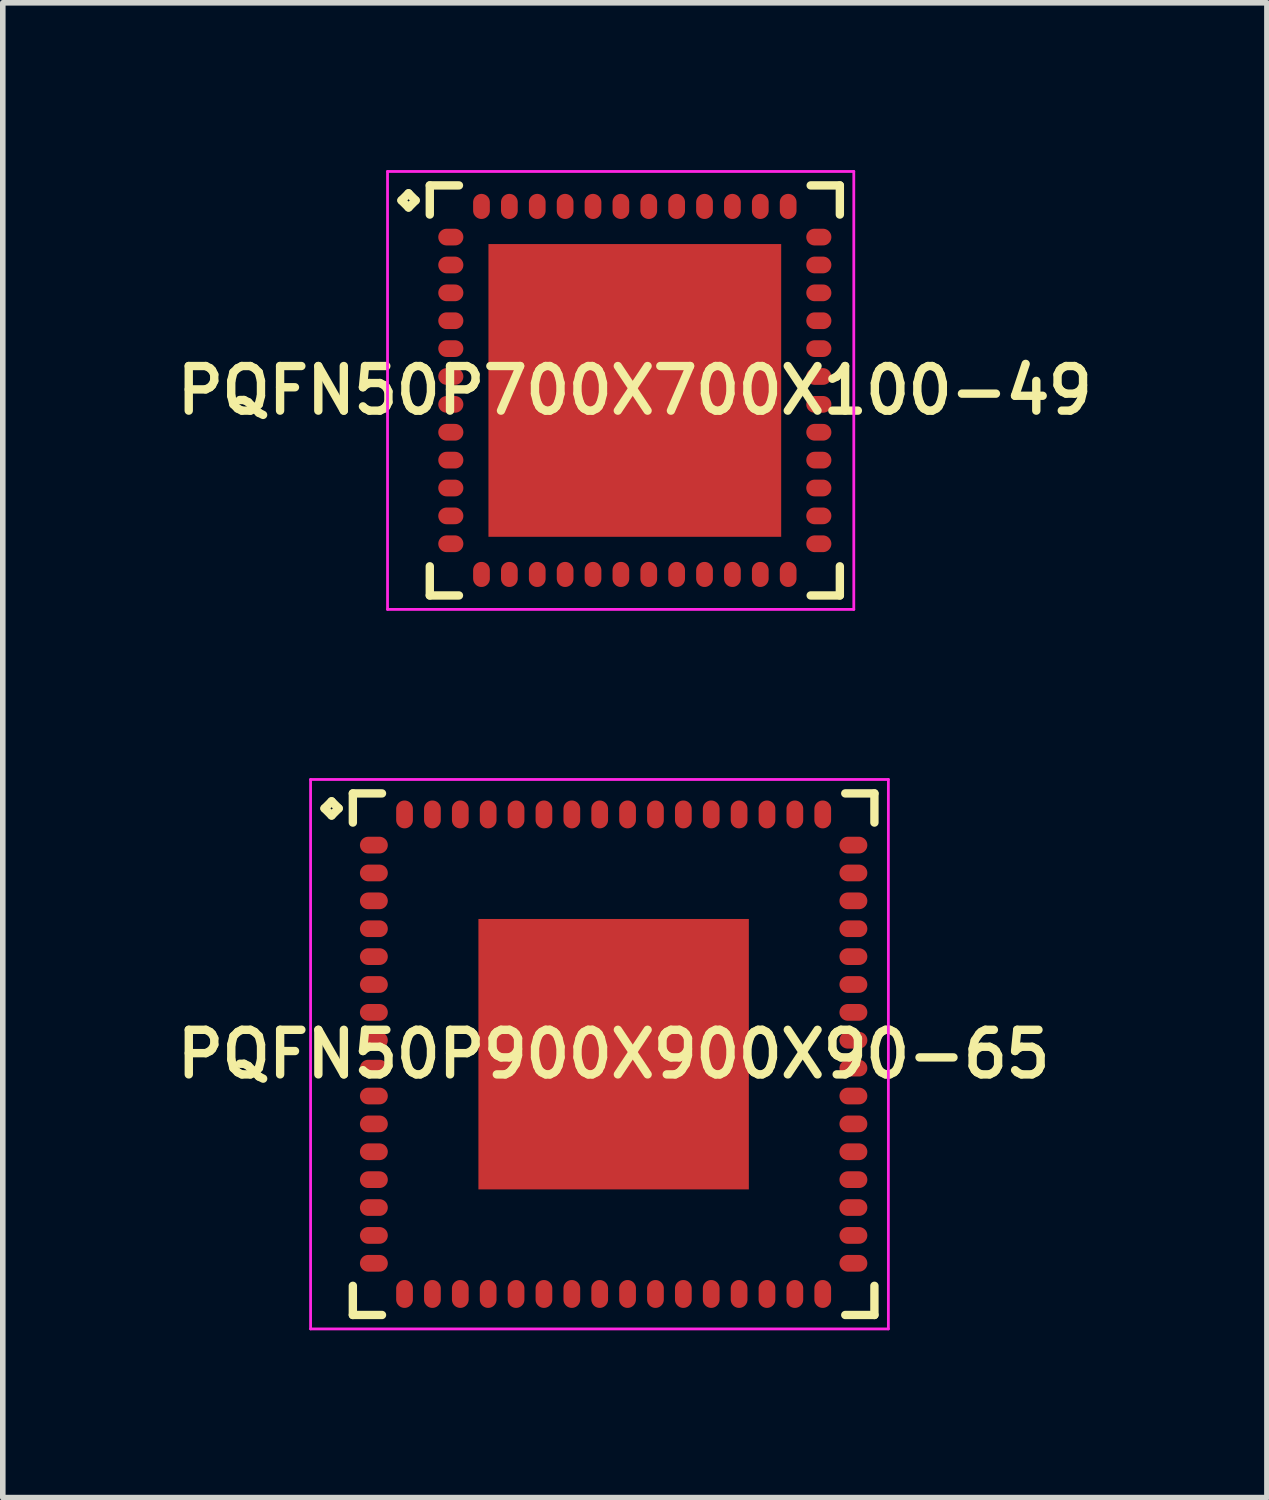
<source format=kicad_pcb>
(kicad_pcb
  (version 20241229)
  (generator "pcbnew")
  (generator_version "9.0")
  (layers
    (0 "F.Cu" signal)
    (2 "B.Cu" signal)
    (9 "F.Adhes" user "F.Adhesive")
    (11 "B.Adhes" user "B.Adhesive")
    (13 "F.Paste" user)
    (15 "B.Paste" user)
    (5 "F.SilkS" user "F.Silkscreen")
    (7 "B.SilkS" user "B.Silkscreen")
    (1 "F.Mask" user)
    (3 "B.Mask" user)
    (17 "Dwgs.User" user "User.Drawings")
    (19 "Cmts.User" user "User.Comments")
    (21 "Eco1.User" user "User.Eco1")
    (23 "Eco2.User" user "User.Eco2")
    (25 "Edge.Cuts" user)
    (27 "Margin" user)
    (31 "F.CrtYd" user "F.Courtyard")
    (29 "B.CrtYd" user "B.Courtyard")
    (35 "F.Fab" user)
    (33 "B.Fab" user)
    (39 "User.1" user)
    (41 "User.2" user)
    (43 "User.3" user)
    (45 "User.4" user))
  (footprint "PQFN50P900X900X90-65"
    (layer "F.Cu")
    (at 7.955 15.856)
    (property "Reference" "PQFN50P900X900X90-65" (at 0 0 0) (layer "F.SilkS") (effects (font (size 0.8 0.8) (thickness 0.15))))
    (attr smd)
    (fp_line (start -5.185 -4.408) (end -5.058 -4.535) (stroke (width 0.15) (type solid)) (layer "F.SilkS"))
    (fp_line (start -5.058 -4.535) (end -4.931 -4.408) (stroke (width 0.15) (type solid)) (layer "F.SilkS"))
    (fp_line (start -5.058 -4.281) (end -5.185 -4.408) (stroke (width 0.15) (type solid)) (layer "F.SilkS"))
    (fp_line (start -4.931 -4.408) (end -5.058 -4.281) (stroke (width 0.15) (type solid)) (layer "F.SilkS"))
    (fp_line (start -4.677 -4.677) (end -4.154 -4.677) (stroke (width 0.15) (type solid)) (layer "F.SilkS"))
    (fp_line (start -4.677 -4.154) (end -4.677 -4.677) (stroke (width 0.15) (type solid)) (layer "F.SilkS"))
    (fp_line (start -4.677 4.154) (end -4.677 4.677) (stroke (width 0.15) (type solid)) (layer "F.SilkS"))
    (fp_line (start -4.677 4.677) (end -4.154 4.677) (stroke (width 0.15) (type solid)) (layer "F.SilkS"))
    (fp_line (start 4.154 -4.677) (end 4.677 -4.677) (stroke (width 0.15) (type solid)) (layer "F.SilkS"))
    (fp_line (start 4.154 4.677) (end 4.677 4.677) (stroke (width 0.15) (type solid)) (layer "F.SilkS"))
    (fp_line (start 4.677 -4.677) (end 4.677 -4.154) (stroke (width 0.15) (type solid)) (layer "F.SilkS"))
    (fp_line (start 4.677 4.677) (end 4.677 4.154) (stroke (width 0.15) (type solid)) (layer "F.SilkS"))
    (fp_line (start -5.435 -4.927) (end 4.927 -4.927) (stroke (width 0.05) (type solid)) (layer "F.CrtYd"))
    (fp_line (start -5.435 4.927) (end -5.435 -4.927) (stroke (width 0.05) (type solid)) (layer "F.CrtYd"))
    (fp_line (start 4.927 -4.927) (end 4.927 4.927) (stroke (width 0.05) (type solid)) (layer "F.CrtYd"))
    (fp_line (start 4.927 4.927) (end -5.435 4.927) (stroke (width 0.05) (type solid)) (layer "F.CrtYd"))
    (pad "1" smd oval (at -4.3 -3.75) (size 0.5 0.3) (layers "F.Cu" "F.Mask" "F.Paste"))
    (pad "2" smd oval (at -4.3 -3.25) (size 0.5 0.3) (layers "F.Cu" "F.Mask" "F.Paste"))
    (pad "3" smd oval (at -4.3 -2.75) (size 0.5 0.3) (layers "F.Cu" "F.Mask" "F.Paste"))
    (pad "4" smd oval (at -4.3 -2.25) (size 0.5 0.3) (layers "F.Cu" "F.Mask" "F.Paste"))
    (pad "5" smd oval (at -4.3 -1.75) (size 0.5 0.3) (layers "F.Cu" "F.Mask" "F.Paste"))
    (pad "6" smd oval (at -4.3 -1.25) (size 0.5 0.3) (layers "F.Cu" "F.Mask" "F.Paste"))
    (pad "7" smd oval (at -4.3 -0.75) (size 0.5 0.3) (layers "F.Cu" "F.Mask" "F.Paste"))
    (pad "8" smd oval (at -4.3 -0.25) (size 0.5 0.3) (layers "F.Cu" "F.Mask" "F.Paste"))
    (pad "9" smd oval (at -4.3 0.25) (size 0.5 0.3) (layers "F.Cu" "F.Mask" "F.Paste"))
    (pad "10" smd oval (at -4.3 0.75) (size 0.5 0.3) (layers "F.Cu" "F.Mask" "F.Paste"))
    (pad "11" smd oval (at -4.3 1.25) (size 0.5 0.3) (layers "F.Cu" "F.Mask" "F.Paste"))
    (pad "12" smd oval (at -4.3 1.75) (size 0.5 0.3) (layers "F.Cu" "F.Mask" "F.Paste"))
    (pad "13" smd oval (at -4.3 2.25) (size 0.5 0.3) (layers "F.Cu" "F.Mask" "F.Paste"))
    (pad "14" smd oval (at -4.3 2.75) (size 0.5 0.3) (layers "F.Cu" "F.Mask" "F.Paste"))
    (pad "15" smd oval (at -4.3 3.25) (size 0.5 0.3) (layers "F.Cu" "F.Mask" "F.Paste"))
    (pad "16" smd oval (at -4.3 3.75) (size 0.5 0.3) (layers "F.Cu" "F.Mask" "F.Paste"))
    (pad "17" smd oval (at -3.75 4.3) (size 0.3 0.5) (layers "F.Cu" "F.Mask" "F.Paste"))
    (pad "18" smd oval (at -3.25 4.3) (size 0.3 0.5) (layers "F.Cu" "F.Mask" "F.Paste"))
    (pad "19" smd oval (at -2.75 4.3) (size 0.3 0.5) (layers "F.Cu" "F.Mask" "F.Paste"))
    (pad "20" smd oval (at -2.25 4.3) (size 0.3 0.5) (layers "F.Cu" "F.Mask" "F.Paste"))
    (pad "21" smd oval (at -1.75 4.3) (size 0.3 0.5) (layers "F.Cu" "F.Mask" "F.Paste"))
    (pad "22" smd oval (at -1.25 4.3) (size 0.3 0.5) (layers "F.Cu" "F.Mask" "F.Paste"))
    (pad "23" smd oval (at -0.75 4.3) (size 0.3 0.5) (layers "F.Cu" "F.Mask" "F.Paste"))
    (pad "24" smd oval (at -0.25 4.3) (size 0.3 0.5) (layers "F.Cu" "F.Mask" "F.Paste"))
    (pad "25" smd oval (at 0.25 4.3) (size 0.3 0.5) (layers "F.Cu" "F.Mask" "F.Paste"))
    (pad "26" smd oval (at 0.75 4.3) (size 0.3 0.5) (layers "F.Cu" "F.Mask" "F.Paste"))
    (pad "27" smd oval (at 1.25 4.3) (size 0.3 0.5) (layers "F.Cu" "F.Mask" "F.Paste"))
    (pad "28" smd oval (at 1.75 4.3) (size 0.3 0.5) (layers "F.Cu" "F.Mask" "F.Paste"))
    (pad "29" smd oval (at 2.25 4.3) (size 0.3 0.5) (layers "F.Cu" "F.Mask" "F.Paste"))
    (pad "30" smd oval (at 2.75 4.3) (size 0.3 0.5) (layers "F.Cu" "F.Mask" "F.Paste"))
    (pad "31" smd oval (at 3.25 4.3) (size 0.3 0.5) (layers "F.Cu" "F.Mask" "F.Paste"))
    (pad "32" smd oval (at 3.75 4.3) (size 0.3 0.5) (layers "F.Cu" "F.Mask" "F.Paste"))
    (pad "33" smd oval (at 4.3 3.75) (size 0.5 0.3) (layers "F.Cu" "F.Mask" "F.Paste"))
    (pad "34" smd oval (at 4.3 3.25) (size 0.5 0.3) (layers "F.Cu" "F.Mask" "F.Paste"))
    (pad "35" smd oval (at 4.3 2.75) (size 0.5 0.3) (layers "F.Cu" "F.Mask" "F.Paste"))
    (pad "36" smd oval (at 4.3 2.25) (size 0.5 0.3) (layers "F.Cu" "F.Mask" "F.Paste"))
    (pad "37" smd oval (at 4.3 1.75) (size 0.5 0.3) (layers "F.Cu" "F.Mask" "F.Paste"))
    (pad "38" smd oval (at 4.3 1.25) (size 0.5 0.3) (layers "F.Cu" "F.Mask" "F.Paste"))
    (pad "39" smd oval (at 4.3 0.75) (size 0.5 0.3) (layers "F.Cu" "F.Mask" "F.Paste"))
    (pad "40" smd oval (at 4.3 0.25) (size 0.5 0.3) (layers "F.Cu" "F.Mask" "F.Paste"))
    (pad "41" smd oval (at 4.3 -0.25) (size 0.5 0.3) (layers "F.Cu" "F.Mask" "F.Paste"))
    (pad "42" smd oval (at 4.3 -0.75) (size 0.5 0.3) (layers "F.Cu" "F.Mask" "F.Paste"))
    (pad "43" smd oval (at 4.3 -1.25) (size 0.5 0.3) (layers "F.Cu" "F.Mask" "F.Paste"))
    (pad "44" smd oval (at 4.3 -1.75) (size 0.5 0.3) (layers "F.Cu" "F.Mask" "F.Paste"))
    (pad "45" smd oval (at 4.3 -2.25) (size 0.5 0.3) (layers "F.Cu" "F.Mask" "F.Paste"))
    (pad "46" smd oval (at 4.3 -2.75) (size 0.5 0.3) (layers "F.Cu" "F.Mask" "F.Paste"))
    (pad "47" smd oval (at 4.3 -3.25) (size 0.5 0.3) (layers "F.Cu" "F.Mask" "F.Paste"))
    (pad "48" smd oval (at 4.3 -3.75) (size 0.5 0.3) (layers "F.Cu" "F.Mask" "F.Paste"))
    (pad "49" smd oval (at 3.75 -4.3) (size 0.3 0.5) (layers "F.Cu" "F.Mask" "F.Paste"))
    (pad "50" smd oval (at 3.25 -4.3) (size 0.3 0.5) (layers "F.Cu" "F.Mask" "F.Paste"))
    (pad "51" smd oval (at 2.75 -4.3) (size 0.3 0.5) (layers "F.Cu" "F.Mask" "F.Paste"))
    (pad "52" smd oval (at 2.25 -4.3) (size 0.3 0.5) (layers "F.Cu" "F.Mask" "F.Paste"))
    (pad "53" smd oval (at 1.75 -4.3) (size 0.3 0.5) (layers "F.Cu" "F.Mask" "F.Paste"))
    (pad "54" smd oval (at 1.25 -4.3) (size 0.3 0.5) (layers "F.Cu" "F.Mask" "F.Paste"))
    (pad "55" smd oval (at 0.75 -4.3) (size 0.3 0.5) (layers "F.Cu" "F.Mask" "F.Paste"))
    (pad "56" smd oval (at 0.25 -4.3) (size 0.3 0.5) (layers "F.Cu" "F.Mask" "F.Paste"))
    (pad "57" smd oval (at -0.25 -4.3) (size 0.3 0.5) (layers "F.Cu" "F.Mask" "F.Paste"))
    (pad "58" smd oval (at -0.75 -4.3) (size 0.3 0.5) (layers "F.Cu" "F.Mask" "F.Paste"))
    (pad "59" smd oval (at -1.25 -4.3) (size 0.3 0.5) (layers "F.Cu" "F.Mask" "F.Paste"))
    (pad "60" smd oval (at -1.75 -4.3) (size 0.3 0.5) (layers "F.Cu" "F.Mask" "F.Paste"))
    (pad "61" smd oval (at -2.25 -4.3) (size 0.3 0.5) (layers "F.Cu" "F.Mask" "F.Paste"))
    (pad "62" smd oval (at -2.75 -4.3) (size 0.3 0.5) (layers "F.Cu" "F.Mask" "F.Paste"))
    (pad "63" smd oval (at -3.25 -4.3) (size 0.3 0.5) (layers "F.Cu" "F.Mask" "F.Paste"))
    (pad "64" smd oval (at -3.75 -4.3) (size 0.3 0.5) (layers "F.Cu" "F.Mask" "F.Paste"))
    (pad "65" smd rect (at 0 0) (size 4.85 4.85) (layers "F.Cu" "F.Mask" "F.Paste")))
  (footprint "PQFN50P700X700X100-49"
    (layer "F.Cu")
    (at 8.335 3.952)
    (property "Reference" "PQFN50P700X700X100-49" (at 0 0 0) (layer "F.SilkS") (effects (font (size 0.8 0.8) (thickness 0.15))))
    (attr smd)
    (fp_line (start -4.185 -3.408) (end -4.058 -3.535) (stroke (width 0.15) (type solid)) (layer "F.SilkS"))
    (fp_line (start -4.058 -3.535) (end -3.931 -3.408) (stroke (width 0.15) (type solid)) (layer "F.SilkS"))
    (fp_line (start -4.058 -3.281) (end -4.185 -3.408) (stroke (width 0.15) (type solid)) (layer "F.SilkS"))
    (fp_line (start -3.931 -3.408) (end -4.058 -3.281) (stroke (width 0.15) (type solid)) (layer "F.SilkS"))
    (fp_line (start -3.677 -3.677) (end -3.154 -3.677) (stroke (width 0.15) (type solid)) (layer "F.SilkS"))
    (fp_line (start -3.677 -3.154) (end -3.677 -3.677) (stroke (width 0.15) (type solid)) (layer "F.SilkS"))
    (fp_line (start -3.677 3.154) (end -3.677 3.677) (stroke (width 0.15) (type solid)) (layer "F.SilkS"))
    (fp_line (start -3.677 3.677) (end -3.154 3.677) (stroke (width 0.15) (type solid)) (layer "F.SilkS"))
    (fp_line (start 3.154 -3.677) (end 3.677 -3.677) (stroke (width 0.15) (type solid)) (layer "F.SilkS"))
    (fp_line (start 3.154 3.677) (end 3.677 3.677) (stroke (width 0.15) (type solid)) (layer "F.SilkS"))
    (fp_line (start 3.677 -3.677) (end 3.677 -3.154) (stroke (width 0.15) (type solid)) (layer "F.SilkS"))
    (fp_line (start 3.677 3.677) (end 3.677 3.154) (stroke (width 0.15) (type solid)) (layer "F.SilkS"))
    (fp_line (start -4.435 -3.927) (end 3.927 -3.927) (stroke (width 0.05) (type solid)) (layer "F.CrtYd"))
    (fp_line (start -4.435 3.927) (end -4.435 -3.927) (stroke (width 0.05) (type solid)) (layer "F.CrtYd"))
    (fp_line (start 3.927 -3.927) (end 3.927 3.927) (stroke (width 0.05) (type solid)) (layer "F.CrtYd"))
    (fp_line (start 3.927 3.927) (end -4.435 3.927) (stroke (width 0.05) (type solid)) (layer "F.CrtYd"))
    (pad "1" smd oval (at -3.3 -2.75) (size 0.45 0.3) (layers "F.Cu" "F.Mask" "F.Paste"))
    (pad "2" smd oval (at -3.3 -2.25) (size 0.45 0.3) (layers "F.Cu" "F.Mask" "F.Paste"))
    (pad "3" smd oval (at -3.3 -1.75) (size 0.45 0.3) (layers "F.Cu" "F.Mask" "F.Paste"))
    (pad "4" smd oval (at -3.3 -1.25) (size 0.45 0.3) (layers "F.Cu" "F.Mask" "F.Paste"))
    (pad "5" smd oval (at -3.3 -0.75) (size 0.45 0.3) (layers "F.Cu" "F.Mask" "F.Paste"))
    (pad "6" smd oval (at -3.3 -0.25) (size 0.45 0.3) (layers "F.Cu" "F.Mask" "F.Paste"))
    (pad "7" smd oval (at -3.3 0.25) (size 0.45 0.3) (layers "F.Cu" "F.Mask" "F.Paste"))
    (pad "8" smd oval (at -3.3 0.75) (size 0.45 0.3) (layers "F.Cu" "F.Mask" "F.Paste"))
    (pad "9" smd oval (at -3.3 1.25) (size 0.45 0.3) (layers "F.Cu" "F.Mask" "F.Paste"))
    (pad "10" smd oval (at -3.3 1.75) (size 0.45 0.3) (layers "F.Cu" "F.Mask" "F.Paste"))
    (pad "11" smd oval (at -3.3 2.25) (size 0.45 0.3) (layers "F.Cu" "F.Mask" "F.Paste"))
    (pad "12" smd oval (at -3.3 2.75) (size 0.45 0.3) (layers "F.Cu" "F.Mask" "F.Paste"))
    (pad "13" smd oval (at -2.75 3.3) (size 0.3 0.45) (layers "F.Cu" "F.Mask" "F.Paste"))
    (pad "14" smd oval (at -2.25 3.3) (size 0.3 0.45) (layers "F.Cu" "F.Mask" "F.Paste"))
    (pad "15" smd oval (at -1.75 3.3) (size 0.3 0.45) (layers "F.Cu" "F.Mask" "F.Paste"))
    (pad "16" smd oval (at -1.25 3.3) (size 0.3 0.45) (layers "F.Cu" "F.Mask" "F.Paste"))
    (pad "17" smd oval (at -0.75 3.3) (size 0.3 0.45) (layers "F.Cu" "F.Mask" "F.Paste"))
    (pad "18" smd oval (at -0.25 3.3) (size 0.3 0.45) (layers "F.Cu" "F.Mask" "F.Paste"))
    (pad "19" smd oval (at 0.25 3.3) (size 0.3 0.45) (layers "F.Cu" "F.Mask" "F.Paste"))
    (pad "20" smd oval (at 0.75 3.3) (size 0.3 0.45) (layers "F.Cu" "F.Mask" "F.Paste"))
    (pad "21" smd oval (at 1.25 3.3) (size 0.3 0.45) (layers "F.Cu" "F.Mask" "F.Paste"))
    (pad "22" smd oval (at 1.75 3.3) (size 0.3 0.45) (layers "F.Cu" "F.Mask" "F.Paste"))
    (pad "23" smd oval (at 2.25 3.3) (size 0.3 0.45) (layers "F.Cu" "F.Mask" "F.Paste"))
    (pad "24" smd oval (at 2.75 3.3) (size 0.3 0.45) (layers "F.Cu" "F.Mask" "F.Paste"))
    (pad "25" smd oval (at 3.3 2.75) (size 0.45 0.3) (layers "F.Cu" "F.Mask" "F.Paste"))
    (pad "26" smd oval (at 3.3 2.25) (size 0.45 0.3) (layers "F.Cu" "F.Mask" "F.Paste"))
    (pad "27" smd oval (at 3.3 1.75) (size 0.45 0.3) (layers "F.Cu" "F.Mask" "F.Paste"))
    (pad "28" smd oval (at 3.3 1.25) (size 0.45 0.3) (layers "F.Cu" "F.Mask" "F.Paste"))
    (pad "29" smd oval (at 3.3 0.75) (size 0.45 0.3) (layers "F.Cu" "F.Mask" "F.Paste"))
    (pad "30" smd oval (at 3.3 0.25) (size 0.45 0.3) (layers "F.Cu" "F.Mask" "F.Paste"))
    (pad "31" smd oval (at 3.3 -0.25) (size 0.45 0.3) (layers "F.Cu" "F.Mask" "F.Paste"))
    (pad "32" smd oval (at 3.3 -0.75) (size 0.45 0.3) (layers "F.Cu" "F.Mask" "F.Paste"))
    (pad "33" smd oval (at 3.3 -1.25) (size 0.45 0.3) (layers "F.Cu" "F.Mask" "F.Paste"))
    (pad "34" smd oval (at 3.3 -1.75) (size 0.45 0.3) (layers "F.Cu" "F.Mask" "F.Paste"))
    (pad "35" smd oval (at 3.3 -2.25) (size 0.45 0.3) (layers "F.Cu" "F.Mask" "F.Paste"))
    (pad "36" smd oval (at 3.3 -2.75) (size 0.45 0.3) (layers "F.Cu" "F.Mask" "F.Paste"))
    (pad "37" smd oval (at 2.75 -3.3) (size 0.3 0.45) (layers "F.Cu" "F.Mask" "F.Paste"))
    (pad "38" smd oval (at 2.25 -3.3) (size 0.3 0.45) (layers "F.Cu" "F.Mask" "F.Paste"))
    (pad "39" smd oval (at 1.75 -3.3) (size 0.3 0.45) (layers "F.Cu" "F.Mask" "F.Paste"))
    (pad "40" smd oval (at 1.25 -3.3) (size 0.3 0.45) (layers "F.Cu" "F.Mask" "F.Paste"))
    (pad "41" smd oval (at 0.75 -3.3) (size 0.3 0.45) (layers "F.Cu" "F.Mask" "F.Paste"))
    (pad "42" smd oval (at 0.25 -3.3) (size 0.3 0.45) (layers "F.Cu" "F.Mask" "F.Paste"))
    (pad "43" smd oval (at -0.25 -3.3) (size 0.3 0.45) (layers "F.Cu" "F.Mask" "F.Paste"))
    (pad "44" smd oval (at -0.75 -3.3) (size 0.3 0.45) (layers "F.Cu" "F.Mask" "F.Paste"))
    (pad "45" smd oval (at -1.25 -3.3) (size 0.3 0.45) (layers "F.Cu" "F.Mask" "F.Paste"))
    (pad "46" smd oval (at -1.75 -3.3) (size 0.3 0.45) (layers "F.Cu" "F.Mask" "F.Paste"))
    (pad "47" smd oval (at -2.25 -3.3) (size 0.3 0.45) (layers "F.Cu" "F.Mask" "F.Paste"))
    (pad "48" smd oval (at -2.75 -3.3) (size 0.3 0.45) (layers "F.Cu" "F.Mask" "F.Paste"))
    (pad "49" smd rect (at 0 0) (size 5.25 5.25) (layers "F.Cu" "F.Mask" "F.Paste")))
  (gr_rect
    (start -3 -3)
    (end 19.671 23.808)
    (stroke (width 0.1) (type default))
    (fill no)
    (layer "Edge.Cuts")))
</source>
